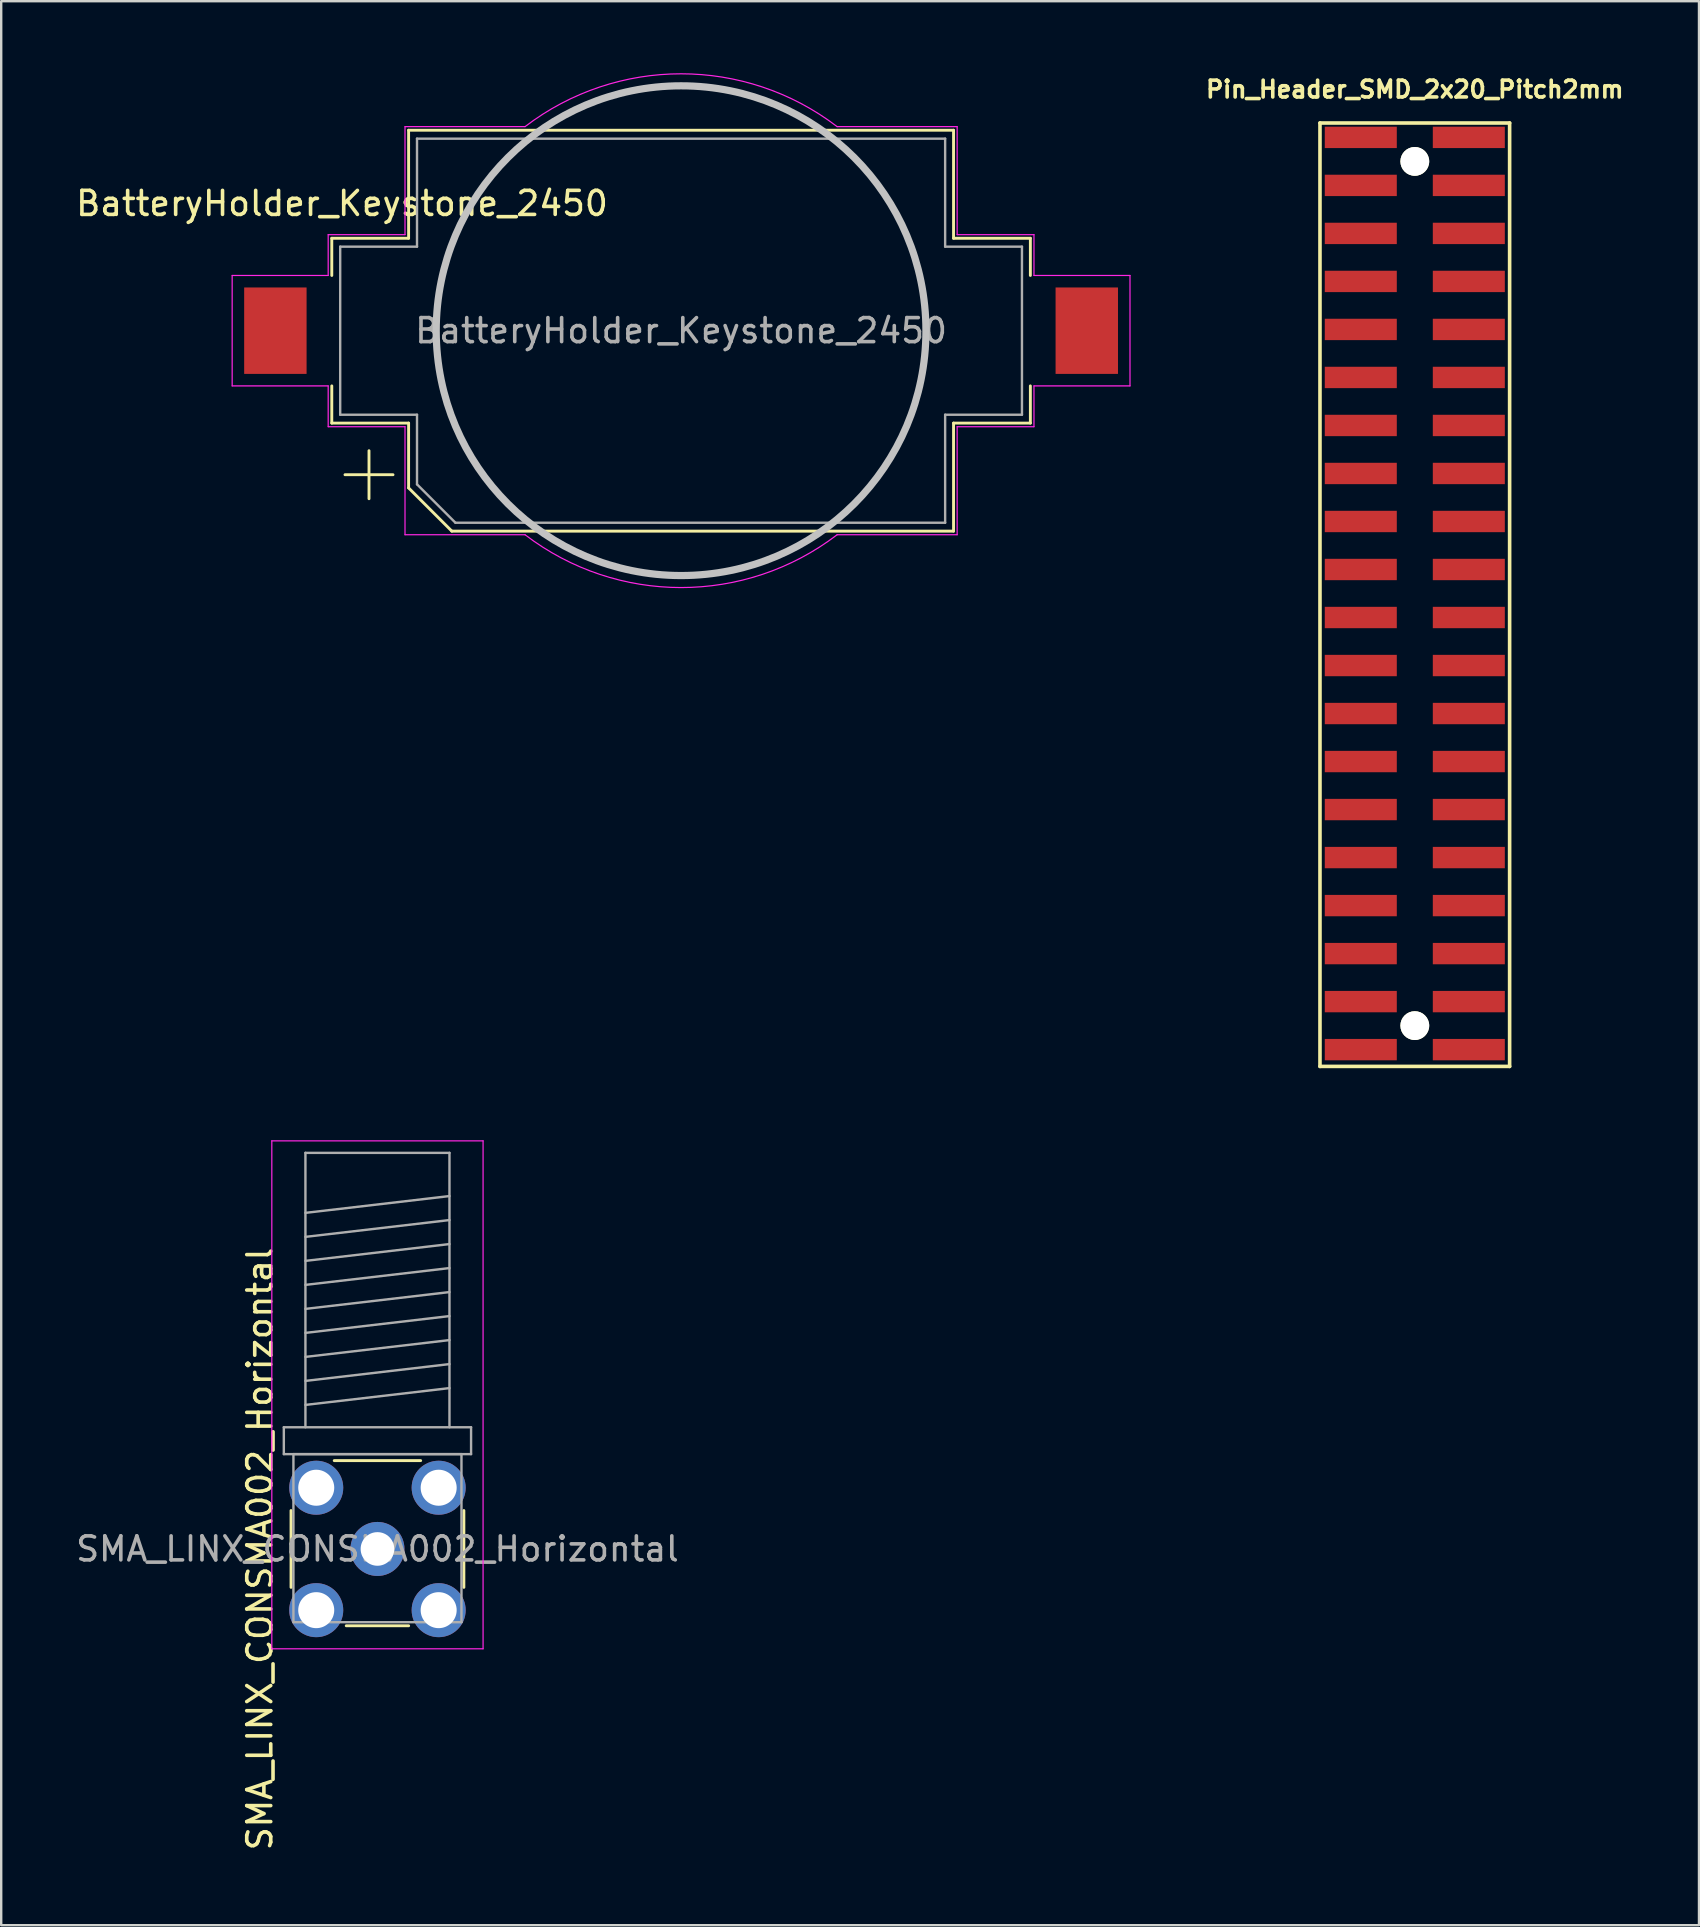
<source format=kicad_pcb>
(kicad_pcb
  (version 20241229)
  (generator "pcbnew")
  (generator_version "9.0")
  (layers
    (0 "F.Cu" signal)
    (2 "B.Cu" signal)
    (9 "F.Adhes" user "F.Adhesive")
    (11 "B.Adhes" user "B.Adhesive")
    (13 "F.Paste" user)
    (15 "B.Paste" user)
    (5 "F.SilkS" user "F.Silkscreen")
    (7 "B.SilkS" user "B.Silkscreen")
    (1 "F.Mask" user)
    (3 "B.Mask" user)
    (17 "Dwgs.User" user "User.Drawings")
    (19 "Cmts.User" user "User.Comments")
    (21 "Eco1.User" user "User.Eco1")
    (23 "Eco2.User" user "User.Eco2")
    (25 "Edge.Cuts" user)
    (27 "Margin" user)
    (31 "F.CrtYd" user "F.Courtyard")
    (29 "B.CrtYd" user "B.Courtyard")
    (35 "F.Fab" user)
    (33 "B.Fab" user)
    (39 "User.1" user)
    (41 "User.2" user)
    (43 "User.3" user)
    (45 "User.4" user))
  (footprint "BatteryHolder_Keystone_2450"
    (layer "F.Cu")
    (at 25.321 10.725)
    (property "Reference" "BatteryHolder_Keystone_2450" (at -14.125 -5.3 0) (layer "F.SilkS") (effects (font (size 1 1) (thickness 0.15))))
    (attr smd)
    (fp_line (start -14.55 -3.85) (end -14.55 -2.3) (stroke (width 0.12) (type solid)) (layer "F.SilkS"))
    (fp_line (start -14.55 3.85) (end -14.55 2.3) (stroke (width 0.12) (type solid)) (layer "F.SilkS"))
    (fp_line (start -13 5) (end -13 7) (stroke (width 0.12) (type solid)) (layer "F.SilkS"))
    (fp_line (start -12 6) (end -14 6) (stroke (width 0.12) (type solid)) (layer "F.SilkS"))
    (fp_line (start -11.35 -8.35) (end -11.35 -3.85) (stroke (width 0.12) (type solid)) (layer "F.SilkS"))
    (fp_line (start -11.35 -8.35) (end 11.35 -8.35) (stroke (width 0.12) (type solid)) (layer "F.SilkS"))
    (fp_line (start -11.35 -3.85) (end -14.55 -3.85) (stroke (width 0.12) (type solid)) (layer "F.SilkS"))
    (fp_line (start -11.35 3.85) (end -14.55 3.85) (stroke (width 0.12) (type solid)) (layer "F.SilkS"))
    (fp_line (start -11.35 6.55) (end -11.35 3.85) (stroke (width 0.12) (type solid)) (layer "F.SilkS"))
    (fp_line (start -9.55 8.35) (end -11.35 6.55) (stroke (width 0.12) (type solid)) (layer "F.SilkS"))
    (fp_line (start 11.35 -8.35) (end 11.35 -3.85) (stroke (width 0.12) (type solid)) (layer "F.SilkS"))
    (fp_line (start 11.35 -3.85) (end 14.55 -3.85) (stroke (width 0.12) (type solid)) (layer "F.SilkS"))
    (fp_line (start 11.35 3.85) (end 14.55 3.85) (stroke (width 0.12) (type solid)) (layer "F.SilkS"))
    (fp_line (start 11.35 8.35) (end -9.55 8.35) (stroke (width 0.12) (type solid)) (layer "F.SilkS"))
    (fp_line (start 11.35 8.35) (end 11.35 3.85) (stroke (width 0.12) (type solid)) (layer "F.SilkS"))
    (fp_line (start 14.55 -3.85) (end 14.55 -2.3) (stroke (width 0.12) (type solid)) (layer "F.SilkS"))
    (fp_line (start 14.55 3.85) (end 14.55 2.3) (stroke (width 0.12) (type solid)) (layer "F.SilkS"))
    (fp_circle (center 0 0) (end -10.2 0) (stroke (width 0.3) (type solid)) (fill no) (layer "Dwgs.User"))
    (fp_line (start -18.7 2.3) (end -18.7 -2.3) (stroke (width 0.05) (type solid)) (layer "F.CrtYd"))
    (fp_line (start -14.7 -4) (end -11.5 -4) (stroke (width 0.05) (type solid)) (layer "F.CrtYd"))
    (fp_line (start -14.7 -2.3) (end -18.7 -2.3) (stroke (width 0.05) (type solid)) (layer "F.CrtYd"))
    (fp_line (start -14.7 -2.3) (end -14.7 -4) (stroke (width 0.05) (type solid)) (layer "F.CrtYd"))
    (fp_line (start -14.7 2.3) (end -18.7 2.3) (stroke (width 0.05) (type solid)) (layer "F.CrtYd"))
    (fp_line (start -14.7 4) (end -14.7 2.3) (stroke (width 0.05) (type solid)) (layer "F.CrtYd"))
    (fp_line (start -14.7 4) (end -11.5 4) (stroke (width 0.05) (type solid)) (layer "F.CrtYd"))
    (fp_line (start -11.5 -8.5) (end -6.5 -8.5) (stroke (width 0.05) (type solid)) (layer "F.CrtYd"))
    (fp_line (start -11.5 -4) (end -11.5 -8.5) (stroke (width 0.05) (type solid)) (layer "F.CrtYd"))
    (fp_line (start -11.5 4) (end -11.5 8.5) (stroke (width 0.05) (type solid)) (layer "F.CrtYd"))
    (fp_line (start -6.5 8.5) (end -11.5 8.5) (stroke (width 0.05) (type solid)) (layer "F.CrtYd"))
    (fp_line (start 11.5 -8.5) (end 6.5 -8.5) (stroke (width 0.05) (type solid)) (layer "F.CrtYd"))
    (fp_line (start 11.5 -8.5) (end 11.5 -4) (stroke (width 0.05) (type solid)) (layer "F.CrtYd"))
    (fp_line (start 11.5 -4) (end 14.7 -4) (stroke (width 0.05) (type solid)) (layer "F.CrtYd"))
    (fp_line (start 11.5 4) (end 11.5 8.5) (stroke (width 0.05) (type solid)) (layer "F.CrtYd"))
    (fp_line (start 11.5 8.5) (end 6.5 8.5) (stroke (width 0.05) (type solid)) (layer "F.CrtYd"))
    (fp_line (start 14.7 -4) (end 14.7 -2.3) (stroke (width 0.05) (type solid)) (layer "F.CrtYd"))
    (fp_line (start 14.7 -2.3) (end 18.7 -2.3) (stroke (width 0.05) (type solid)) (layer "F.CrtYd"))
    (fp_line (start 14.7 2.3) (end 14.7 4) (stroke (width 0.05) (type solid)) (layer "F.CrtYd"))
    (fp_line (start 14.7 4) (end 11.5 4) (stroke (width 0.05) (type solid)) (layer "F.CrtYd"))
    (fp_line (start 18.7 -2.3) (end 18.7 2.3) (stroke (width 0.05) (type solid)) (layer "F.CrtYd"))
    (fp_line (start 18.7 2.3) (end 14.7 2.3) (stroke (width 0.05) (type solid)) (layer "F.CrtYd"))
    (fp_arc (start -6.499999 -8.5) (mid 0 -10.700467) (end 6.5 -8.5) (stroke (width 0.05) (type solid)) (layer "F.CrtYd"))
    (fp_arc (start 6.499999 8.5) (mid 0 10.700467) (end -6.5 8.5) (stroke (width 0.05) (type solid)) (layer "F.CrtYd"))
    (fp_line (start -14.2 -3.5) (end -11 -3.5) (stroke (width 0.1) (type solid)) (layer "F.Fab"))
    (fp_line (start -14.2 3.5) (end -14.2 -3.5) (stroke (width 0.1) (type solid)) (layer "F.Fab"))
    (fp_line (start -11 -8) (end -11 -3.5) (stroke (width 0.1) (type solid)) (layer "F.Fab"))
    (fp_line (start -11 3.5) (end -14.2 3.5) (stroke (width 0.1) (type solid)) (layer "F.Fab"))
    (fp_line (start -11 6.4) (end -11 3.5) (stroke (width 0.1) (type solid)) (layer "F.Fab"))
    (fp_line (start -9.4 8) (end -11 6.4) (stroke (width 0.1) (type solid)) (layer "F.Fab"))
    (fp_line (start 11 -8) (end -11 -8) (stroke (width 0.1) (type solid)) (layer "F.Fab"))
    (fp_line (start 11 -8) (end 11 -3.5) (stroke (width 0.1) (type solid)) (layer "F.Fab"))
    (fp_line (start 11 3.5) (end 14.2 3.5) (stroke (width 0.1) (type solid)) (layer "F.Fab"))
    (fp_line (start 11 8) (end -9.4 8) (stroke (width 0.1) (type solid)) (layer "F.Fab"))
    (fp_line (start 11 8) (end 11 3.5) (stroke (width 0.1) (type solid)) (layer "F.Fab"))
    (fp_line (start 14.2 -3.5) (end 11 -3.5) (stroke (width 0.1) (type solid)) (layer "F.Fab"))
    (fp_line (start 14.2 3.5) (end 14.2 -3.5) (stroke (width 0.1) (type solid)) (layer "F.Fab"))
    (fp_text user "${REFERENCE}" (at 0 0 0) (layer "F.Fab") (effects (font (size 1 1) (thickness 0.15))))
    (pad "1" smd rect (at -16.9 0 180) (size 2.6 3.6) (layers "F.Cu" "F.Mask" "F.Paste"))
    (pad "2" smd rect (at 16.9 0 180) (size 2.6 3.6) (layers "F.Cu" "F.Mask" "F.Paste")))
  (footprint "Pin_Header_SMD_2x20_Pitch2mm"
    (layer "F.Cu")
    (at 56.885 2.673)
    (property "Reference" "Pin_Header_SMD_2x20_Pitch2mm" (at -1 -2 0) (layer "F.SilkS") (effects (font (size 0.7 0.7) (thickness 0.15))))
    (attr smd)
    (fp_line (start -4.95 -0.6) (end -4.95 38.7) (stroke (width 0.15) (type solid)) (layer "F.SilkS"))
    (fp_line (start -4.95 -0.6) (end 2.95 -0.6) (stroke (width 0.15) (type solid)) (layer "F.SilkS"))
    (fp_line (start -4.95 38.7) (end 2.95 38.7) (stroke (width 0.15) (type solid)) (layer "F.SilkS"))
    (fp_line (start 2.95 -0.6) (end 2.95 38.7) (stroke (width 0.15) (type solid)) (layer "F.SilkS"))
    (pad "" np_thru_hole circle (at -1 1 270) (size 1.2 1.2) (drill 1.2) (layers "*.Cu" "*.Mask" "F.SilkS"))
    (pad "" np_thru_hole circle (at -1 37 270) (size 1.2 1.2) (drill 1.2) (layers "*.Cu" "*.Mask" "F.SilkS"))
    (pad "1" smd rect (at 1.25 0 270) (size 0.89 3) (layers "F.Cu" "F.Mask" "F.Paste"))
    (pad "2" smd rect (at -3.25 0 270) (size 0.89 3) (layers "F.Cu" "F.Mask" "F.Paste"))
    (pad "3" smd rect (at 1.25 2 270) (size 0.89 3) (layers "F.Cu" "F.Mask" "F.Paste"))
    (pad "4" smd rect (at -3.25 2 270) (size 0.89 3) (layers "F.Cu" "F.Mask" "F.Paste"))
    (pad "5" smd rect (at 1.25 4 270) (size 0.89 3) (layers "F.Cu" "F.Mask" "F.Paste"))
    (pad "6" smd rect (at -3.25 4 270) (size 0.89 3) (layers "F.Cu" "F.Mask" "F.Paste"))
    (pad "7" smd rect (at 1.25 6 270) (size 0.89 3) (layers "F.Cu" "F.Mask" "F.Paste"))
    (pad "8" smd rect (at -3.25 6 270) (size 0.89 3) (layers "F.Cu" "F.Mask" "F.Paste"))
    (pad "9" smd rect (at 1.25 8 270) (size 0.89 3) (layers "F.Cu" "F.Mask" "F.Paste"))
    (pad "10" smd rect (at -3.25 8 270) (size 0.89 3) (layers "F.Cu" "F.Mask" "F.Paste"))
    (pad "11" smd rect (at 1.25 10 270) (size 0.89 3) (layers "F.Cu" "F.Mask" "F.Paste"))
    (pad "12" smd rect (at -3.25 10 270) (size 0.89 3) (layers "F.Cu" "F.Mask" "F.Paste"))
    (pad "13" smd rect (at 1.25 12 270) (size 0.89 3) (layers "F.Cu" "F.Mask" "F.Paste"))
    (pad "14" smd rect (at -3.25 12 270) (size 0.89 3) (layers "F.Cu" "F.Mask" "F.Paste"))
    (pad "15" smd rect (at 1.25 14 270) (size 0.89 3) (layers "F.Cu" "F.Mask" "F.Paste"))
    (pad "16" smd rect (at -3.25 14 270) (size 0.89 3) (layers "F.Cu" "F.Mask" "F.Paste"))
    (pad "17" smd rect (at 1.25 16 270) (size 0.89 3) (layers "F.Cu" "F.Mask" "F.Paste"))
    (pad "18" smd rect (at -3.25 16 270) (size 0.89 3) (layers "F.Cu" "F.Mask" "F.Paste"))
    (pad "19" smd rect (at 1.25 18 270) (size 0.89 3) (layers "F.Cu" "F.Mask" "F.Paste"))
    (pad "20" smd rect (at -3.25 18 270) (size 0.89 3) (layers "F.Cu" "F.Mask" "F.Paste"))
    (pad "21" smd rect (at 1.25 20 270) (size 0.89 3) (layers "F.Cu" "F.Mask" "F.Paste"))
    (pad "22" smd rect (at -3.25 20 270) (size 0.89 3) (layers "F.Cu" "F.Mask" "F.Paste"))
    (pad "23" smd rect (at 1.25 22 270) (size 0.89 3) (layers "F.Cu" "F.Mask" "F.Paste"))
    (pad "24" smd rect (at -3.25 22 270) (size 0.89 3) (layers "F.Cu" "F.Mask" "F.Paste"))
    (pad "25" smd rect (at 1.25 24 270) (size 0.89 3) (layers "F.Cu" "F.Mask" "F.Paste"))
    (pad "26" smd rect (at -3.25 24 270) (size 0.89 3) (layers "F.Cu" "F.Mask" "F.Paste"))
    (pad "27" smd rect (at 1.25 26 270) (size 0.89 3) (layers "F.Cu" "F.Mask" "F.Paste"))
    (pad "28" smd rect (at -3.25 26 270) (size 0.89 3) (layers "F.Cu" "F.Mask" "F.Paste"))
    (pad "29" smd rect (at 1.25 28 270) (size 0.89 3) (layers "F.Cu" "F.Mask" "F.Paste"))
    (pad "30" smd rect (at -3.25 28 270) (size 0.89 3) (layers "F.Cu" "F.Mask" "F.Paste"))
    (pad "31" smd rect (at 1.25 30 270) (size 0.89 3) (layers "F.Cu" "F.Mask" "F.Paste"))
    (pad "32" smd rect (at -3.25 30 270) (size 0.89 3) (layers "F.Cu" "F.Mask" "F.Paste"))
    (pad "33" smd rect (at 1.25 32 270) (size 0.89 3) (layers "F.Cu" "F.Mask" "F.Paste"))
    (pad "34" smd rect (at -3.25 32 270) (size 0.89 3) (layers "F.Cu" "F.Mask" "F.Paste"))
    (pad "35" smd rect (at 1.25 34 270) (size 0.89 3) (layers "F.Cu" "F.Mask" "F.Paste"))
    (pad "36" smd rect (at -3.25 34 270) (size 0.89 3) (layers "F.Cu" "F.Mask" "F.Paste"))
    (pad "37" smd rect (at 1.25 36 270) (size 0.89 3) (layers "F.Cu" "F.Mask" "F.Paste"))
    (pad "38" smd rect (at -3.25 36 270) (size 0.89 3) (layers "F.Cu" "F.Mask" "F.Paste"))
    (pad "39" smd rect (at 1.25 38 270) (size 0.89 3) (layers "F.Cu" "F.Mask" "F.Paste"))
    (pad "40" smd rect (at -3.25 38 270) (size 0.89 3) (layers "F.Cu" "F.Mask" "F.Paste")))
  (footprint "SMA_LINX_CONSMA002_Horizontal"
    (layer "F.Cu")
    (at 12.673 61.473)
    (property "Reference" "SMA_LINX_CONSMA002_Horizontal" (at -4.9 0 90) (layer "F.SilkS") (effects (font (size 1 1) (thickness 0.15))))
    (attr through_hole)
    (fp_line (start -3.6 -1.6) (end -3.6 1.6) (stroke (width 0.12) (type solid)) (layer "F.SilkS"))
    (fp_line (start -1.8 -3.68) (end 1.8 -3.68) (stroke (width 0.12) (type solid)) (layer "F.SilkS"))
    (fp_line (start -1.3 3.2) (end 1.3 3.2) (stroke (width 0.12) (type solid)) (layer "F.SilkS"))
    (fp_line (start 3.6 -1.6) (end 3.6 1.6) (stroke (width 0.12) (type solid)) (layer "F.SilkS"))
    (fp_line (start -4.4 -17) (end -4.4 4.16) (stroke (width 0.05) (type solid)) (layer "F.CrtYd"))
    (fp_line (start -4.4 -17) (end 4.4 -17) (stroke (width 0.05) (type solid)) (layer "F.CrtYd"))
    (fp_line (start 4.4 4.16) (end -4.4 4.16) (stroke (width 0.05) (type solid)) (layer "F.CrtYd"))
    (fp_line (start 4.4 4.16) (end 4.4 -17) (stroke (width 0.05) (type solid)) (layer "F.CrtYd"))
    (fp_line (start -3.9 -5.07) (end -3.9 -3.95) (stroke (width 0.1) (type solid)) (layer "F.Fab"))
    (fp_line (start -3.9 -3.95) (end 3.9 -3.95) (stroke (width 0.1) (type solid)) (layer "F.Fab"))
    (fp_line (start -3.5 -3.95) (end -3.5 3.05) (stroke (width 0.1) (type solid)) (layer "F.Fab"))
    (fp_line (start -3.5 -3.95) (end 3.5 -3.95) (stroke (width 0.1) (type solid)) (layer "F.Fab"))
    (fp_line (start -3.5 3.05) (end 3.5 3.05) (stroke (width 0.1) (type solid)) (layer "F.Fab"))
    (fp_line (start -3 -16.5) (end -3 -5.07) (stroke (width 0.1) (type solid)) (layer "F.Fab"))
    (fp_line (start -3 -16.5) (end 3 -16.5) (stroke (width 0.1) (type solid)) (layer "F.Fab"))
    (fp_line (start -3 -14) (end 3 -14.7) (stroke (width 0.1) (type solid)) (layer "F.Fab"))
    (fp_line (start -3 -13) (end 3 -13.7) (stroke (width 0.1) (type solid)) (layer "F.Fab"))
    (fp_line (start -3 -12) (end 3 -12.7) (stroke (width 0.1) (type solid)) (layer "F.Fab"))
    (fp_line (start -3 -11) (end 3 -11.7) (stroke (width 0.1) (type solid)) (layer "F.Fab"))
    (fp_line (start -3 -10) (end 3 -10.7) (stroke (width 0.1) (type solid)) (layer "F.Fab"))
    (fp_line (start -3 -9) (end 3 -9.7) (stroke (width 0.1) (type solid)) (layer "F.Fab"))
    (fp_line (start -3 -8) (end 3 -8.7) (stroke (width 0.1) (type solid)) (layer "F.Fab"))
    (fp_line (start -3 -7) (end 3 -7.7) (stroke (width 0.1) (type solid)) (layer "F.Fab"))
    (fp_line (start -3 -6) (end 3 -6.7) (stroke (width 0.1) (type solid)) (layer "F.Fab"))
    (fp_line (start 3 -16.5) (end 3 -5.07) (stroke (width 0.1) (type solid)) (layer "F.Fab"))
    (fp_line (start 3.5 -3.95) (end 3.5 3.05) (stroke (width 0.1) (type solid)) (layer "F.Fab"))
    (fp_line (start 3.9 -5.07) (end -3.9 -5.07) (stroke (width 0.1) (type solid)) (layer "F.Fab"))
    (fp_line (start 3.9 -3.95) (end 3.9 -5.07) (stroke (width 0.1) (type solid)) (layer "F.Fab"))
    (fp_text user "${REFERENCE}" (at 0 0 0) (layer "F.Fab") (effects (font (size 1 1) (thickness 0.15))))
    (pad "1" thru_hole circle (at 0 0) (size 2.25 2.25) (drill 1.4) (layers "*.Cu" "*.Mask"))
    (pad "2" thru_hole circle (at -2.55 -2.55) (size 2.25 2.25) (drill 1.5) (layers "*.Cu" "*.Mask"))
    (pad "2" thru_hole circle (at -2.55 2.55) (size 2.25 2.25) (drill 1.5) (layers "*.Cu" "*.Mask"))
    (pad "2" thru_hole circle (at 2.55 -2.55) (size 2.25 2.25) (drill 1.5) (layers "*.Cu" "*.Mask"))
    (pad "2" thru_hole circle (at 2.55 2.55 90) (size 2.25 2.25) (drill 1.5) (layers "*.Cu" "*.Mask")))
  (gr_rect
    (start -3 -3)
    (end 67.723 77.145)
    (stroke (width 0.1) (type default))
    (fill no)
    (layer "Edge.Cuts")))
</source>
